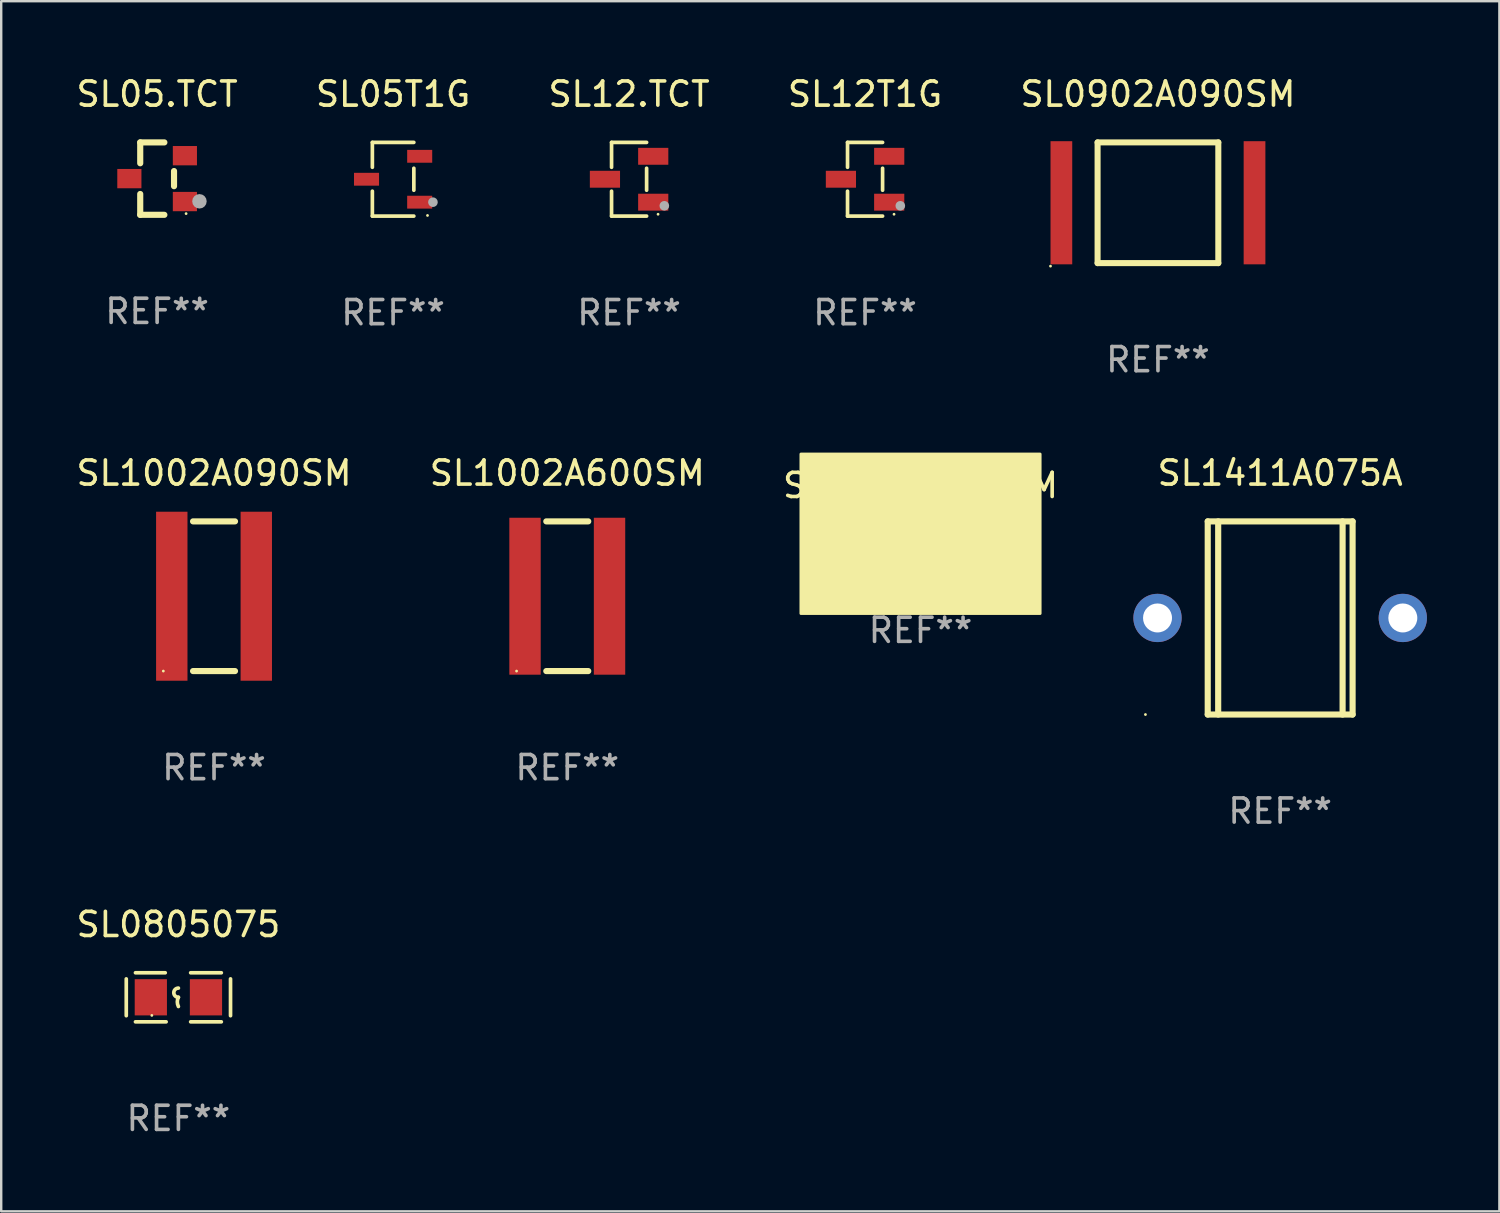
<source format=kicad_pcb>
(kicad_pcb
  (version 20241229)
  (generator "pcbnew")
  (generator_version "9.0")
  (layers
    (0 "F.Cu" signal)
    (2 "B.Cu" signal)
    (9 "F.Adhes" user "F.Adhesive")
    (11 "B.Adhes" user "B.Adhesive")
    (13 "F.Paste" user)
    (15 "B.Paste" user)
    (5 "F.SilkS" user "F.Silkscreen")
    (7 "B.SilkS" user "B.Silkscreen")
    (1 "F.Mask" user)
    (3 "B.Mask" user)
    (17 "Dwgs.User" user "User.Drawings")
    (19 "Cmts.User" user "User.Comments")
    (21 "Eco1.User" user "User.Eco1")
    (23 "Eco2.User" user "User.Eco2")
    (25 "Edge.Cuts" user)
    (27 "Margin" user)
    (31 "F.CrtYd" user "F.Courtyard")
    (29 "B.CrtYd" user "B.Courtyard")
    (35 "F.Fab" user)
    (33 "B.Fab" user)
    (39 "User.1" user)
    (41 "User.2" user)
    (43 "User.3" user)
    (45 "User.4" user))
  (footprint "SL0805075"
    (layer "F.Cu")
    (at 4.339 38.257)
    (property "Reference" "SL0805075" (at 0 -3.016 0) (layer "F.SilkS") (effects (font (size 1 1) (thickness 0.15))))
    (attr through_hole)
    (fp_line (start -2.159 -0.762) (end -2.159 0.762) (stroke (width 0.152) (type solid)) (layer "F.SilkS"))
    (fp_line (start -1.778 -1.016) (end -0.545 -1.016) (stroke (width 0.152) (type solid)) (layer "F.SilkS"))
    (fp_line (start -0.508 1.016) (end -1.778 1.016) (stroke (width 0.152) (type solid)) (layer "F.SilkS"))
    (fp_line (start 0.508 1.016) (end 1.778 1.016) (stroke (width 0.152) (type solid)) (layer "F.SilkS"))
    (fp_line (start 1.778 -1.016) (end 0.508 -1.016) (stroke (width 0.152) (type solid)) (layer "F.SilkS"))
    (fp_line (start 2.159 -0.762) (end 2.159 0.762) (stroke (width 0.152) (type solid)) (layer "F.SilkS"))
    (fp_arc (start 0 0) (mid -0.1905 -0.1905) (end 0 -0.381) (stroke (width 0.151994) (type solid)) (layer "F.SilkS"))
    (fp_arc (start 0 0.381001) (mid -0.044971 0.1905) (end 0 0) (stroke (width 0.151994) (type solid)) (layer "F.SilkS"))
    (fp_circle (center -1.1 0.75) (end -1.07 0.75) (stroke (width 0.06) (type solid)) (fill no) (layer "F.SilkS"))
    (fp_text user "REF**" (at 0 5.016 0) (layer "F.Fab") (effects (font (size 1 1) (thickness 0.15))))
    (pad "1" smd rect (at -1.142 0) (size 1.335 1.5) (layers "F.Cu" "F.Mask" "F.Paste"))
    (pad "2" smd rect (at 1.142 0) (size 1.335 1.5) (layers "F.Cu" "F.Mask" "F.Paste")))
  (footprint "SL12T1G"
    (layer "F.Cu")
    (at 32.78 4.374)
    (property "Reference" "SL12T1G" (at 0 -3.526 0) (layer "F.SilkS") (effects (font (size 1 1) (thickness 0.15))))
    (attr through_hole)
    (fp_line (start -0.726 -1.526) (end -0.726 -0.495) (stroke (width 0.152) (type solid)) (layer "F.SilkS"))
    (fp_line (start -0.726 1.526) (end -0.726 0.495) (stroke (width 0.152) (type solid)) (layer "F.SilkS"))
    (fp_line (start 0.726 -1.526) (end -0.726 -1.526) (stroke (width 0.152) (type solid)) (layer "F.SilkS"))
    (fp_line (start 0.726 -0.455) (end 0.726 0.455) (stroke (width 0.152) (type solid)) (layer "F.SilkS"))
    (fp_line (start 0.726 1.526) (end -0.726 1.526) (stroke (width 0.152) (type solid)) (layer "F.SilkS"))
    (fp_circle (center 1.2 1.45) (end 1.23 1.45) (stroke (width 0.06) (type solid)) (fill no) (layer "F.SilkS"))
    (fp_circle (center 1.46 1.1) (end 1.56 1.1) (stroke (width 0.2) (type solid)) (fill no) (layer "F.Fab"))
    (fp_text user "REF**" (at 0 5.526 0) (layer "F.Fab") (effects (font (size 1 1) (thickness 0.15))))
    (pad "1" smd rect (at 1 0.95) (size 1.25 0.7) (layers "F.Cu" "F.Mask" "F.Paste"))
    (pad "2" smd rect (at 1 -0.95) (size 1.25 0.7) (layers "F.Cu" "F.Mask" "F.Paste"))
    (pad "3" smd rect (at -1 0) (size 1.25 0.7) (layers "F.Cu" "F.Mask" "F.Paste")))
  (footprint "SL1003A090SM"
    (layer "F.Cu")
    (at 35.077 19.059)
    (property "Reference" "SL1003A090SM" (at 0 -2 0) (layer "F.SilkS") (effects (font (size 1 1) (thickness 0.15))))
    (attr through_hole)
    (fp_circle (center -3.8 2.5) (end -3.77 2.5) (stroke (width 0.06) (type solid)) (fill no) (layer "F.SilkS"))
    (fp_poly (pts (xy -4.953 -3.302) (xy 4.953 -3.302) (xy 4.953 3.302) (xy -4.953 3.302)) (stroke (width 0.12) (type solid)) (fill yes) (layer "F.SilkS"))
    (fp_text user "REF**" (at 0 4 0) (layer "F.Fab") (effects (font (size 1 1) (thickness 0.15))))
    (pad "1" smd rect (at -3.8 0) (size 1.524 6) (layers "F.Cu" "F.Mask" "F.Paste"))
    (pad "2" smd rect (at 0.000127 0) (size 2.2 6) (layers "F.Cu" "F.Mask" "F.Paste"))
    (pad "3" smd rect (at 3.8 0) (size 1.524 6) (layers "F.Cu" "F.Mask" "F.Paste")))
  (footprint "SL0902A090SM"
    (layer "F.Cu")
    (at 44.911 5.348)
    (property "Reference" "SL0902A090SM" (at 0 -4.5 0) (layer "F.SilkS") (effects (font (size 1 1) (thickness 0.15))))
    (attr through_hole)
    (fp_line (start -2.5 -2.5) (end -2.5 2.5) (stroke (width 0.25) (type solid)) (layer "F.SilkS"))
    (fp_line (start -2.5 -2.5) (end 2.5 -2.5) (stroke (width 0.25) (type solid)) (layer "F.SilkS"))
    (fp_line (start -2.5 2.5) (end 2.5 2.5) (stroke (width 0.25) (type solid)) (layer "F.SilkS"))
    (fp_line (start 2.5 -2.5) (end 2.5 2.5) (stroke (width 0.25) (type solid)) (layer "F.SilkS"))
    (fp_circle (center -4.45 2.625) (end -4.42 2.625) (stroke (width 0.06) (type solid)) (fill no) (layer "F.SilkS"))
    (fp_text user "REF**" (at 0 6.5 0) (layer "F.Fab") (effects (font (size 1 1) (thickness 0.15))))
    (pad "1" smd rect (at -4 0) (size 0.9 5.1) (layers "F.Cu" "F.Mask" "F.Paste"))
    (pad "2" smd rect (at 4 0) (size 0.9 5.1) (layers "F.Cu" "F.Mask" "F.Paste")))
  (footprint "SL12.TCT"
    (layer "F.Cu")
    (at 23.006 4.374)
    (property "Reference" "SL12.TCT" (at 0 -3.526 0) (layer "F.SilkS") (effects (font (size 1 1) (thickness 0.15))))
    (attr through_hole)
    (fp_line (start -0.726 -1.526) (end -0.726 -0.495) (stroke (width 0.152) (type solid)) (layer "F.SilkS"))
    (fp_line (start -0.726 1.526) (end -0.726 0.495) (stroke (width 0.152) (type solid)) (layer "F.SilkS"))
    (fp_line (start 0.726 -1.526) (end -0.726 -1.526) (stroke (width 0.152) (type solid)) (layer "F.SilkS"))
    (fp_line (start 0.726 -0.455) (end 0.726 0.455) (stroke (width 0.152) (type solid)) (layer "F.SilkS"))
    (fp_line (start 0.726 1.526) (end -0.726 1.526) (stroke (width 0.152) (type solid)) (layer "F.SilkS"))
    (fp_circle (center 1.2 1.45) (end 1.23 1.45) (stroke (width 0.06) (type solid)) (fill no) (layer "F.SilkS"))
    (fp_circle (center 1.46 1.1) (end 1.56 1.1) (stroke (width 0.2) (type solid)) (fill no) (layer "F.Fab"))
    (fp_text user "REF**" (at 0 5.526 0) (layer "F.Fab") (effects (font (size 1 1) (thickness 0.15))))
    (pad "1" smd rect (at 1 0.95) (size 1.25 0.7) (layers "F.Cu" "F.Mask" "F.Paste"))
    (pad "2" smd rect (at 1 -0.95) (size 1.25 0.7) (layers "F.Cu" "F.Mask" "F.Paste"))
    (pad "3" smd rect (at -1 0) (size 1.25 0.7) (layers "F.Cu" "F.Mask" "F.Paste")))
  (footprint "SL1002A090SM"
    (layer "F.Cu")
    (at 5.815 21.645)
    (property "Reference" "SL1002A090SM" (at 0 -5.1 0) (layer "F.SilkS") (effects (font (size 1 1) (thickness 0.15))))
    (attr through_hole)
    (fp_line (start -0.869 -3.1) (end 0.869 -3.1) (stroke (width 0.254) (type solid)) (layer "F.SilkS"))
    (fp_line (start -0.869 3.1) (end 0.869 3.1) (stroke (width 0.254) (type solid)) (layer "F.SilkS"))
    (fp_circle (center -2.1 3.1) (end -2.07 3.1) (stroke (width 0.06) (type solid)) (fill no) (layer "F.SilkS"))
    (fp_text user "REF**" (at 0 7.1 0) (layer "F.Fab") (effects (font (size 1 1) (thickness 0.15))))
    (pad "1" smd rect (at -1.75 -0.000025) (size 1.3 7) (layers "F.Cu" "F.Mask" "F.Paste"))
    (pad "2" smd rect (at 1.75 -0.000025) (size 1.3 7) (layers "F.Cu" "F.Mask" "F.Paste")))
  (footprint "SL05.TCT"
    (layer "F.Cu")
    (at 3.458 4.348)
    (property "Reference" "SL05.TCT" (at 0 -3.5 0) (layer "F.SilkS") (effects (font (size 1 1) (thickness 0.15))))
    (attr through_hole)
    (fp_line (start -0.7 -1.5) (end 0.3 -1.5) (stroke (width 0.254) (type solid)) (layer "F.SilkS"))
    (fp_line (start -0.7 -0.636) (end -0.7 -1.5) (stroke (width 0.254) (type solid)) (layer "F.SilkS"))
    (fp_line (start -0.7 1.5) (end -0.7 0.636) (stroke (width 0.254) (type solid)) (layer "F.SilkS"))
    (fp_line (start -0.7 1.5) (end 0.3 1.5) (stroke (width 0.254) (type solid)) (layer "F.SilkS"))
    (fp_line (start 0.7 0.314) (end 0.7 -0.314) (stroke (width 0.254) (type solid)) (layer "F.SilkS"))
    (fp_circle (center 1.2 1.45) (end 1.23 1.45) (stroke (width 0.06) (type solid)) (fill no) (layer "F.SilkS"))
    (fp_circle (center 1.753 0.94) (end 1.903 0.94) (stroke (width 0.3) (type solid)) (fill no) (layer "F.Fab"))
    (fp_text user "REF**" (at 0 5.5 0) (layer "F.Fab") (effects (font (size 1 1) (thickness 0.15))))
    (pad "1" smd rect (at 1.15 0.95 180) (size 1 0.8) (layers "F.Cu" "F.Mask" "F.Paste"))
    (pad "2" smd rect (at 1.15 -0.95 180) (size 1 0.8) (layers "F.Cu" "F.Mask" "F.Paste"))
    (pad "3" smd rect (at -1.15 -0.000051 180) (size 1 0.8) (layers "F.Cu" "F.Mask" "F.Paste")))
  (footprint "SL1002A600SM"
    (layer "F.Cu")
    (at 20.446 21.645)
    (property "Reference" "SL1002A600SM" (at 0 -5.1 0) (layer "F.SilkS") (effects (font (size 1 1) (thickness 0.15))))
    (attr through_hole)
    (fp_line (start -0.869 -3.1) (end 0.869 -3.1) (stroke (width 0.254) (type solid)) (layer "F.SilkS"))
    (fp_line (start -0.869 3.1) (end 0.869 3.1) (stroke (width 0.254) (type solid)) (layer "F.SilkS"))
    (fp_circle (center -2.1 3.1) (end -2.07 3.1) (stroke (width 0.06) (type solid)) (fill no) (layer "F.SilkS"))
    (fp_text user "REF**" (at 0 7.1 0) (layer "F.Fab") (effects (font (size 1 1) (thickness 0.15))))
    (pad "1" smd rect (at -1.75 -0.000013) (size 1.3 6.5) (layers "F.Cu" "F.Mask" "F.Paste"))
    (pad "2" smd rect (at 1.75 -0.000013) (size 1.3 6.5) (layers "F.Cu" "F.Mask" "F.Paste")))
  (footprint "SL05T1G"
    (layer "F.Cu")
    (at 13.232 4.374)
    (property "Reference" "SL05T1G" (at 0 -3.526 0) (layer "F.SilkS") (effects (font (size 1 1) (thickness 0.15))))
    (attr through_hole)
    (fp_line (start -0.859 -1.526) (end -0.859 -0.495) (stroke (width 0.152) (type solid)) (layer "F.SilkS"))
    (fp_line (start -0.859 1.526) (end -0.859 0.495) (stroke (width 0.152) (type solid)) (layer "F.SilkS"))
    (fp_line (start 0.859 -1.526) (end -0.859 -1.526) (stroke (width 0.152) (type solid)) (layer "F.SilkS"))
    (fp_line (start 0.859 -0.455) (end 0.859 0.455) (stroke (width 0.152) (type solid)) (layer "F.SilkS"))
    (fp_line (start 0.859 1.526) (end -0.859 1.526) (stroke (width 0.152) (type solid)) (layer "F.SilkS"))
    (fp_circle (center 1.425 1.5) (end 1.455 1.5) (stroke (width 0.06) (type solid)) (fill no) (layer "F.SilkS"))
    (fp_circle (center 1.65 0.95) (end 1.75 0.95) (stroke (width 0.2) (type solid)) (fill no) (layer "F.Fab"))
    (fp_text user "REF**" (at 0 5.526 0) (layer "F.Fab") (effects (font (size 1 1) (thickness 0.15))))
    (pad "1" smd rect (at 1.101 0.95) (size 1.037 0.532) (layers "F.Cu" "F.Mask" "F.Paste"))
    (pad "2" smd rect (at 1.101 -0.95) (size 1.037 0.532) (layers "F.Cu" "F.Mask" "F.Paste"))
    (pad "3" smd rect (at -1.101 0) (size 1.037 0.532) (layers "F.Cu" "F.Mask" "F.Paste")))
  (footprint "SL1411A075A"
    (layer "F.Cu")
    (at 49.973 22.545)
    (property "Reference" "SL1411A075A" (at 0 -6 0) (layer "F.SilkS") (effects (font (size 1 1) (thickness 0.15))))
    (attr through_hole)
    (fp_line (start -3 -4) (end -3 4) (stroke (width 0.254) (type solid)) (layer "F.SilkS"))
    (fp_line (start -3 -4) (end 3 -4) (stroke (width 0.254) (type solid)) (layer "F.SilkS"))
    (fp_line (start -3 4) (end 3 4) (stroke (width 0.254) (type solid)) (layer "F.SilkS"))
    (fp_line (start -2.567 -4) (end -2.567 4) (stroke (width 0.254) (type solid)) (layer "F.SilkS"))
    (fp_line (start 2.586 -4) (end 2.586 4) (stroke (width 0.254) (type solid)) (layer "F.SilkS"))
    (fp_line (start 3 -4) (end 3 4) (stroke (width 0.254) (type solid)) (layer "F.SilkS"))
    (fp_circle (center -5.58 4) (end -5.55 4) (stroke (width 0.06) (type solid)) (fill no) (layer "F.SilkS"))
    (fp_text user "REF**" (at 0 8 0) (layer "F.Fab") (effects (font (size 1 1) (thickness 0.15))))
    (pad "1" thru_hole circle (at -5.08 0) (size 2 2) (drill 1.2) (layers "*.Cu" "*.Mask"))
    (pad "2" thru_hole circle (at 5.08 0) (size 2 2) (drill 1.2) (layers "*.Cu" "*.Mask")))
  (gr_rect
    (start -3 -3)
    (end 59.053 47.122)
    (stroke (width 0.1) (type default))
    (fill no)
    (layer "Edge.Cuts")))
</source>
